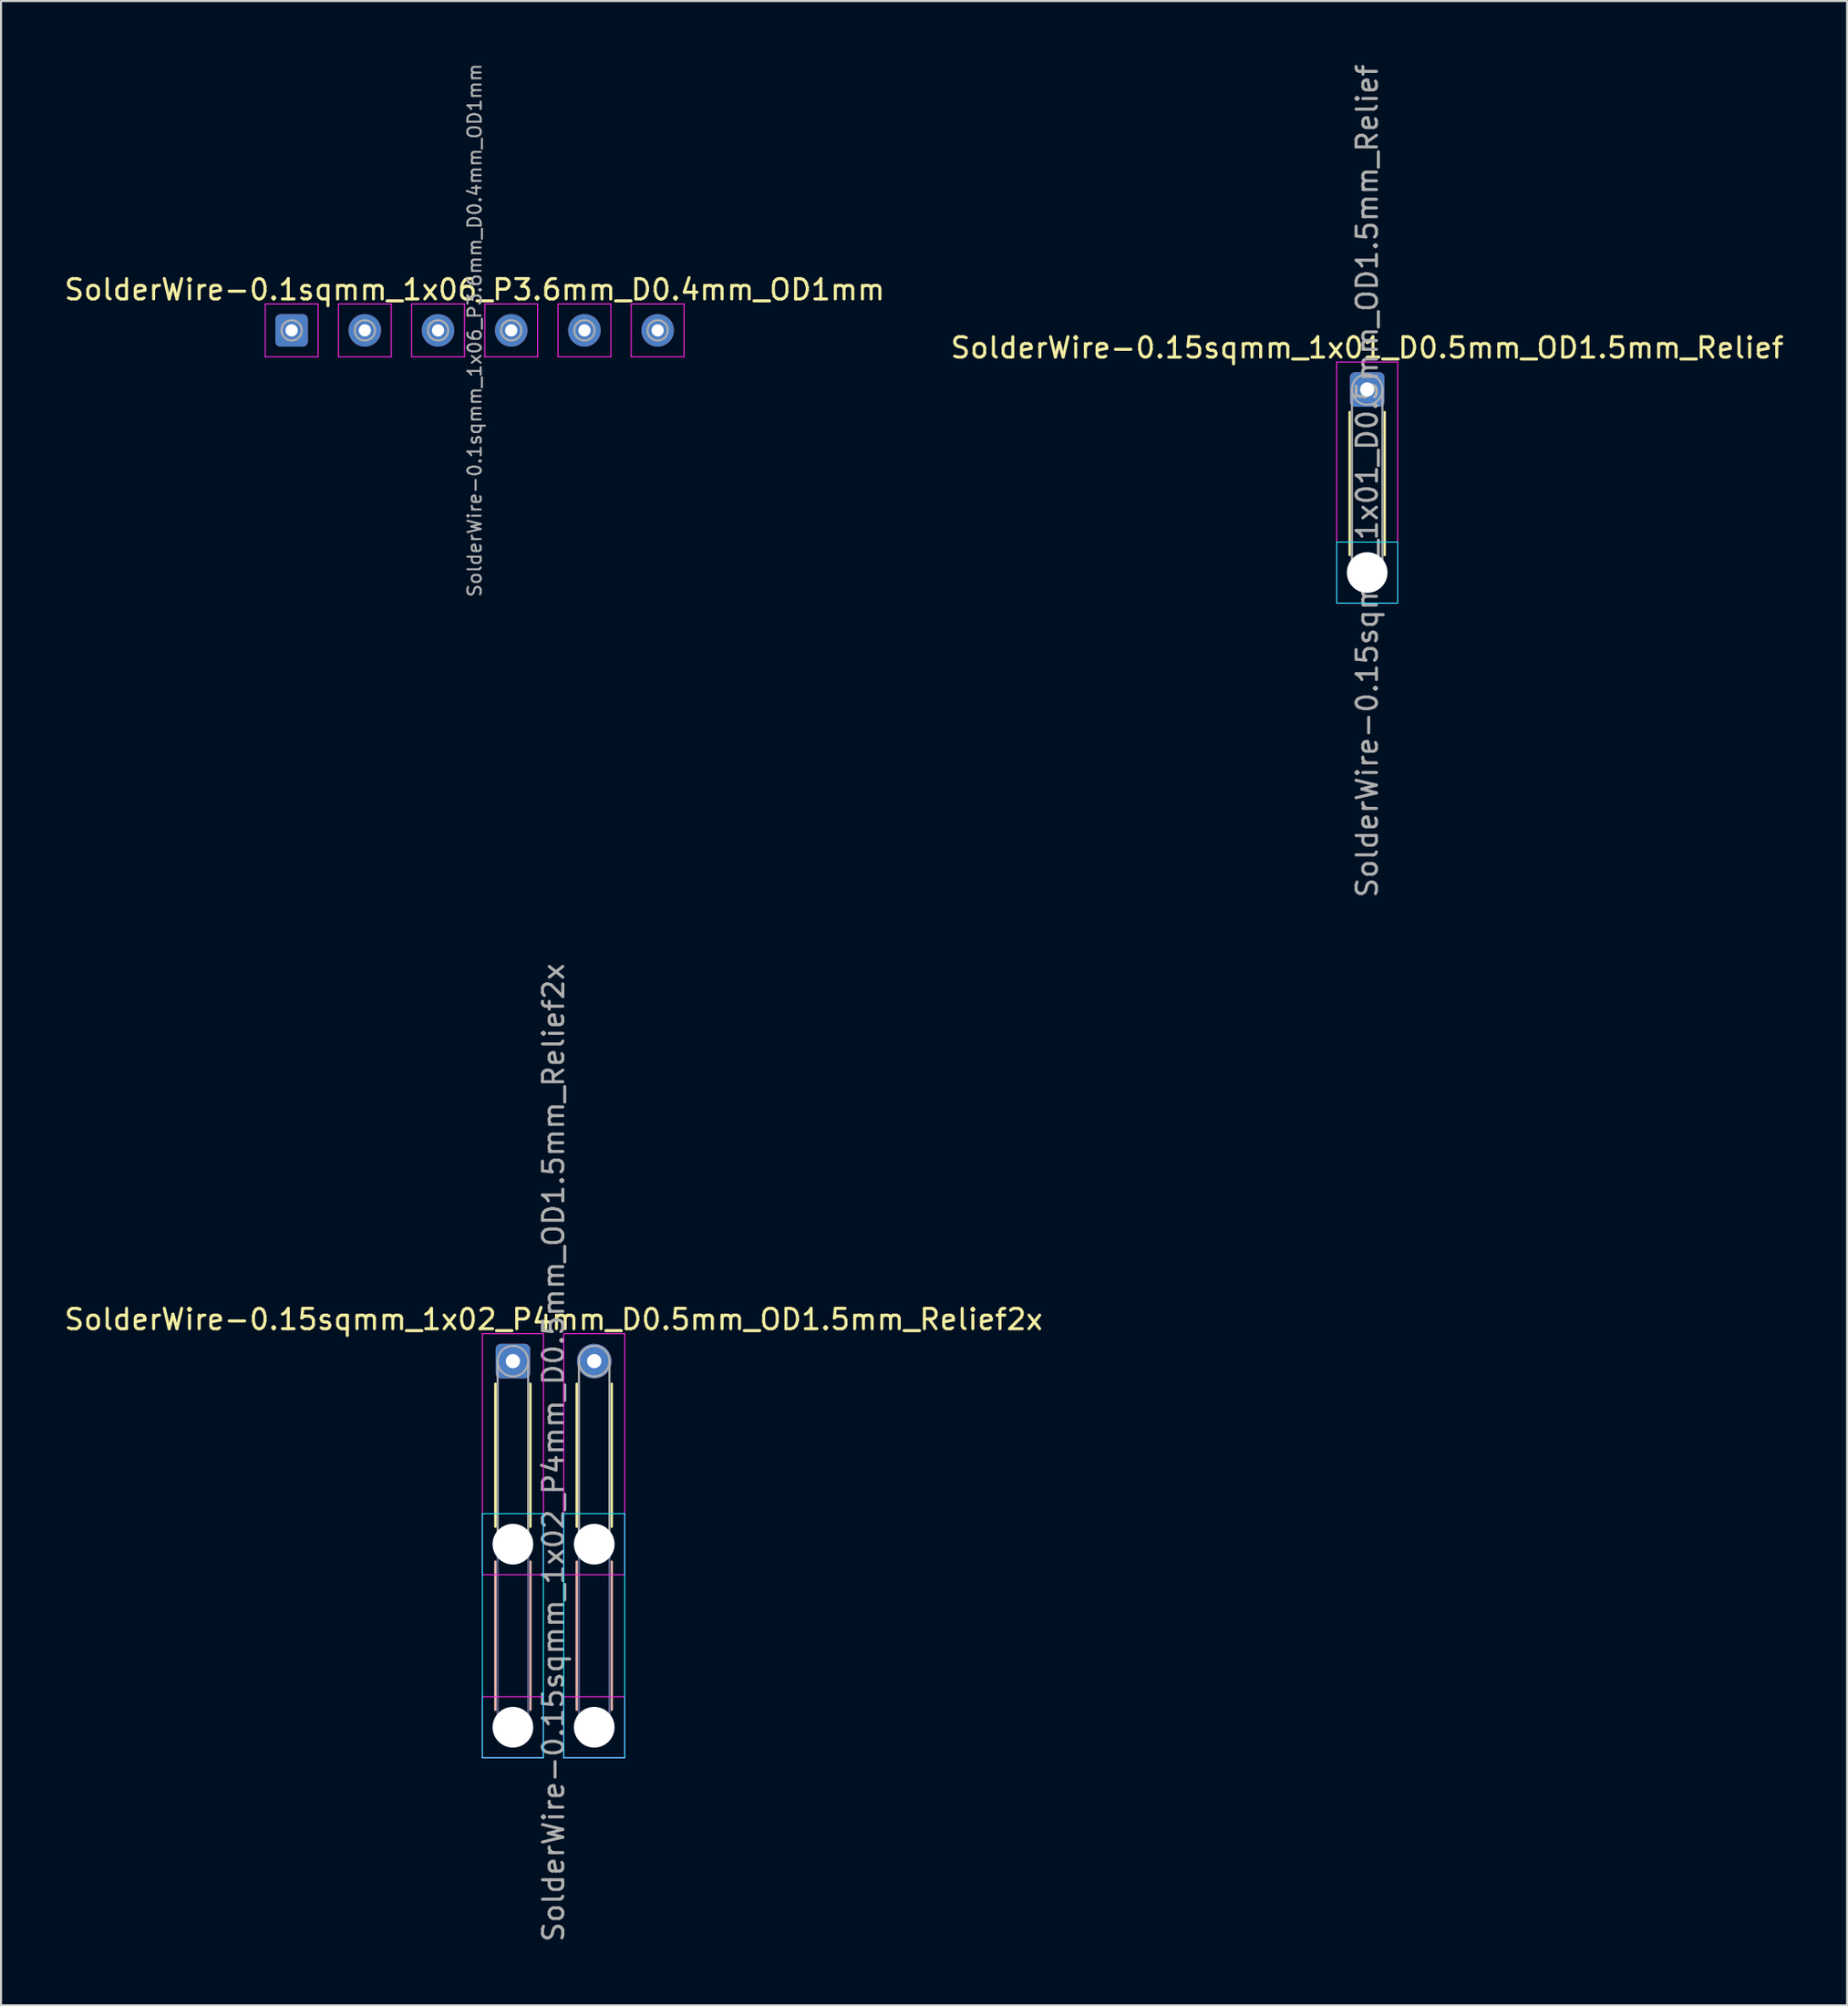
<source format=kicad_pcb>
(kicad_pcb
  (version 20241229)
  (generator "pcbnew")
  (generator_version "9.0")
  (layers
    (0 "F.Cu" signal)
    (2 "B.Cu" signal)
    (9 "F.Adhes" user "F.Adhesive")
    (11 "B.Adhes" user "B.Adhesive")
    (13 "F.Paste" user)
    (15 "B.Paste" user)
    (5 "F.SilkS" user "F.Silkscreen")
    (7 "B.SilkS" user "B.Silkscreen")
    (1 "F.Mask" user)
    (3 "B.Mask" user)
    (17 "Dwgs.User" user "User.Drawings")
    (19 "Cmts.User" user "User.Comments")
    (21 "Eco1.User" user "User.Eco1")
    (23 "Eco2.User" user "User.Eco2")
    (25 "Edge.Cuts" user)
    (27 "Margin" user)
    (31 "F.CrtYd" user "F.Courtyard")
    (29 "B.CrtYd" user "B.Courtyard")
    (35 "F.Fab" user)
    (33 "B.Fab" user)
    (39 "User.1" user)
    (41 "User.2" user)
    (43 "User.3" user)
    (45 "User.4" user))
  (footprint "SolderWire-0.15sqmm_1x01_D0.5mm_OD1.5mm_Relief"
    (layer "F.Cu")
    (at 64.185 16.101)
    (property "Reference" "SolderWire-0.15sqmm_1x01_D0.5mm_OD1.5mm_Relief" (at 0 -2.05 0) (layer "F.SilkS") (effects (font (size 1 1) (thickness 0.15))))
    (attr exclude_from_pos_files exclude_from_bom)
    (fp_line (start -0.86 1.11) (end -0.86 8.14) (stroke (width 0.12) (type solid)) (layer "F.SilkS"))
    (fp_line (start 0.86 1.11) (end 0.86 8.14) (stroke (width 0.12) (type solid)) (layer "F.SilkS"))
    (fp_line (start -1.5 7.5) (end -1.5 10.5) (stroke (width 0.05) (type solid)) (layer "B.CrtYd"))
    (fp_line (start -1.5 10.5) (end 1.5 10.5) (stroke (width 0.05) (type solid)) (layer "B.CrtYd"))
    (fp_line (start 1.5 7.5) (end -1.5 7.5) (stroke (width 0.05) (type solid)) (layer "B.CrtYd"))
    (fp_line (start 1.5 10.5) (end 1.5 7.5) (stroke (width 0.05) (type solid)) (layer "B.CrtYd"))
    (fp_line (start -1.5 -1.35) (end -1.5 10.5) (stroke (width 0.05) (type solid)) (layer "F.CrtYd"))
    (fp_line (start -1.5 10.5) (end 1.5 10.5) (stroke (width 0.05) (type solid)) (layer "F.CrtYd"))
    (fp_line (start 1.5 -1.35) (end -1.5 -1.35) (stroke (width 0.05) (type solid)) (layer "F.CrtYd"))
    (fp_line (start 1.5 10.5) (end 1.5 -1.35) (stroke (width 0.05) (type solid)) (layer "F.CrtYd"))
    (fp_line (start -0.75 0) (end -0.75 9) (stroke (width 0.1) (type solid)) (layer "F.Fab"))
    (fp_line (start 0.75 0) (end 0.75 9) (stroke (width 0.1) (type solid)) (layer "F.Fab"))
    (fp_circle (center 0 0) (end 0.75 0) (stroke (width 0.1) (type solid)) (fill no) (layer "F.Fab"))
    (fp_circle (center 0 9) (end 0.75 9) (stroke (width 0.1) (type solid)) (fill no) (layer "F.Fab"))
    (fp_text user "${REFERENCE}" (at 0 4.5 90) (layer "F.Fab") (effects (font (size 1 1) (thickness 0.15))))
    (pad "" np_thru_hole circle (at 0 9) (size 2 2) (drill 2) (layers "*.Cu" "*.Mask"))
    (pad "1" thru_hole roundrect (at 0 0) (size 1.7 1.7) (drill 0.7) (layers "*.Cu" "*.Mask") (roundrect_rratio 0.147)))
  (footprint "SolderWire-0.15sqmm_1x02_P4mm_D0.5mm_OD1.5mm_Relief2x"
    (layer "F.Cu")
    (at 22.173 63.875)
    (property "Reference" "SolderWire-0.15sqmm_1x02_P4mm_D0.5mm_OD1.5mm_Relief2x" (at 2 -2.05 0) (layer "F.SilkS") (effects (font (size 1 1) (thickness 0.15))))
    (attr exclude_from_pos_files exclude_from_bom)
    (fp_line (start -0.86 1.11) (end -0.86 8.14) (stroke (width 0.12) (type solid)) (layer "F.SilkS"))
    (fp_line (start 0.86 1.11) (end 0.86 8.14) (stroke (width 0.12) (type solid)) (layer "F.SilkS"))
    (fp_line (start 3.14 1.11) (end 3.14 8.14) (stroke (width 0.12) (type solid)) (layer "F.SilkS"))
    (fp_line (start 4.86 1.11) (end 4.86 8.14) (stroke (width 0.12) (type solid)) (layer "F.SilkS"))
    (fp_line (start -0.86 9.86) (end -0.86 17.14) (stroke (width 0.12) (type solid)) (layer "B.SilkS"))
    (fp_line (start 0.86 9.86) (end 0.86 17.14) (stroke (width 0.12) (type solid)) (layer "B.SilkS"))
    (fp_line (start 3.14 9.86) (end 3.14 17.14) (stroke (width 0.12) (type solid)) (layer "B.SilkS"))
    (fp_line (start 4.86 9.86) (end 4.86 17.14) (stroke (width 0.12) (type solid)) (layer "B.SilkS"))
    (fp_line (start -1.5 7.5) (end -1.5 19.5) (stroke (width 0.05) (type solid)) (layer "B.CrtYd"))
    (fp_line (start -1.5 19.5) (end 1.5 19.5) (stroke (width 0.05) (type solid)) (layer "B.CrtYd"))
    (fp_line (start 1.5 7.5) (end -1.5 7.5) (stroke (width 0.05) (type solid)) (layer "B.CrtYd"))
    (fp_line (start 1.5 19.5) (end 1.5 7.5) (stroke (width 0.05) (type solid)) (layer "B.CrtYd"))
    (fp_line (start 2.5 7.5) (end 2.5 19.5) (stroke (width 0.05) (type solid)) (layer "B.CrtYd"))
    (fp_line (start 2.5 19.5) (end 5.5 19.5) (stroke (width 0.05) (type solid)) (layer "B.CrtYd"))
    (fp_line (start 5.5 7.5) (end 2.5 7.5) (stroke (width 0.05) (type solid)) (layer "B.CrtYd"))
    (fp_line (start 5.5 19.5) (end 5.5 7.5) (stroke (width 0.05) (type solid)) (layer "B.CrtYd"))
    (fp_line (start -1.5 -1.35) (end -1.5 10.5) (stroke (width 0.05) (type solid)) (layer "F.CrtYd"))
    (fp_line (start -1.5 10.5) (end 1.5 10.5) (stroke (width 0.05) (type solid)) (layer "F.CrtYd"))
    (fp_line (start -1.5 16.5) (end -1.5 19.5) (stroke (width 0.05) (type solid)) (layer "F.CrtYd"))
    (fp_line (start -1.5 19.5) (end 1.5 19.5) (stroke (width 0.05) (type solid)) (layer "F.CrtYd"))
    (fp_line (start 1.5 -1.35) (end -1.5 -1.35) (stroke (width 0.05) (type solid)) (layer "F.CrtYd"))
    (fp_line (start 1.5 10.5) (end 1.5 -1.35) (stroke (width 0.05) (type solid)) (layer "F.CrtYd"))
    (fp_line (start 1.5 16.5) (end -1.5 16.5) (stroke (width 0.05) (type solid)) (layer "F.CrtYd"))
    (fp_line (start 1.5 19.5) (end 1.5 16.5) (stroke (width 0.05) (type solid)) (layer "F.CrtYd"))
    (fp_line (start 2.5 -1.35) (end 2.5 10.5) (stroke (width 0.05) (type solid)) (layer "F.CrtYd"))
    (fp_line (start 2.5 10.5) (end 5.5 10.5) (stroke (width 0.05) (type solid)) (layer "F.CrtYd"))
    (fp_line (start 2.5 16.5) (end 2.5 19.5) (stroke (width 0.05) (type solid)) (layer "F.CrtYd"))
    (fp_line (start 2.5 19.5) (end 5.5 19.5) (stroke (width 0.05) (type solid)) (layer "F.CrtYd"))
    (fp_line (start 5.5 -1.35) (end 2.5 -1.35) (stroke (width 0.05) (type solid)) (layer "F.CrtYd"))
    (fp_line (start 5.5 10.5) (end 5.5 -1.35) (stroke (width 0.05) (type solid)) (layer "F.CrtYd"))
    (fp_line (start 5.5 16.5) (end 2.5 16.5) (stroke (width 0.05) (type solid)) (layer "F.CrtYd"))
    (fp_line (start 5.5 19.5) (end 5.5 16.5) (stroke (width 0.05) (type solid)) (layer "F.CrtYd"))
    (fp_line (start -0.75 9) (end -0.75 18) (stroke (width 0.1) (type solid)) (layer "B.Fab"))
    (fp_line (start 0.75 9) (end 0.75 18) (stroke (width 0.1) (type solid)) (layer "B.Fab"))
    (fp_line (start 3.25 9) (end 3.25 18) (stroke (width 0.1) (type solid)) (layer "B.Fab"))
    (fp_line (start 4.75 9) (end 4.75 18) (stroke (width 0.1) (type solid)) (layer "B.Fab"))
    (fp_circle (center 0 9) (end 0.75 9) (stroke (width 0.1) (type solid)) (fill no) (layer "B.Fab"))
    (fp_circle (center 0 18) (end 0.75 18) (stroke (width 0.1) (type solid)) (fill no) (layer "B.Fab"))
    (fp_circle (center 4 9) (end 4.75 9) (stroke (width 0.1) (type solid)) (fill no) (layer "B.Fab"))
    (fp_circle (center 4 18) (end 4.75 18) (stroke (width 0.1) (type solid)) (fill no) (layer "B.Fab"))
    (fp_line (start -0.75 0) (end -0.75 9) (stroke (width 0.1) (type solid)) (layer "F.Fab"))
    (fp_line (start 0.75 0) (end 0.75 9) (stroke (width 0.1) (type solid)) (layer "F.Fab"))
    (fp_line (start 3.25 0) (end 3.25 9) (stroke (width 0.1) (type solid)) (layer "F.Fab"))
    (fp_line (start 4.75 0) (end 4.75 9) (stroke (width 0.1) (type solid)) (layer "F.Fab"))
    (fp_circle (center 0 0) (end 0.75 0) (stroke (width 0.1) (type solid)) (fill no) (layer "F.Fab"))
    (fp_circle (center 0 9) (end 0.75 9) (stroke (width 0.1) (type solid)) (fill no) (layer "F.Fab"))
    (fp_circle (center 0 18) (end 0.75 18) (stroke (width 0.1) (type solid)) (fill no) (layer "F.Fab"))
    (fp_circle (center 4 0) (end 4.75 0) (stroke (width 0.1) (type solid)) (fill no) (layer "F.Fab"))
    (fp_circle (center 4 9) (end 4.75 9) (stroke (width 0.1) (type solid)) (fill no) (layer "F.Fab"))
    (fp_circle (center 4 18) (end 4.75 18) (stroke (width 0.1) (type solid)) (fill no) (layer "F.Fab"))
    (fp_text user "${REFERENCE}" (at 2 4.5 90) (layer "F.Fab") (effects (font (size 1 1) (thickness 0.15))))
    (pad "" np_thru_hole circle (at 0 9) (size 2 2) (drill 2) (layers "*.Cu" "*.Mask"))
    (pad "" np_thru_hole circle (at 0 18) (size 2 2) (drill 2) (layers "*.Cu" "*.Mask"))
    (pad "" np_thru_hole circle (at 4 9) (size 2 2) (drill 2) (layers "*.Cu" "*.Mask"))
    (pad "" np_thru_hole circle (at 4 18) (size 2 2) (drill 2) (layers "*.Cu" "*.Mask"))
    (pad "1" thru_hole roundrect (at 0 0) (size 1.7 1.7) (drill 0.7) (layers "*.Cu" "*.Mask") (roundrect_rratio 0.147))
    (pad "2" thru_hole circle (at 4 0) (size 1.7 1.7) (drill 0.7) (layers "*.Cu" "*.Mask")))
  (footprint "SolderWire-0.1sqmm_1x06_P3.6mm_D0.4mm_OD1mm"
    (layer "F.Cu")
    (at 11.292 13.193)
    (property "Reference" "SolderWire-0.1sqmm_1x06_P3.6mm_D0.4mm_OD1mm" (at 9 -2 0) (layer "F.SilkS") (effects (font (size 1 1) (thickness 0.15))))
    (attr exclude_from_pos_files exclude_from_bom)
    (fp_line (start -1.3 -1.3) (end -1.3 1.3) (stroke (width 0.05) (type solid)) (layer "F.CrtYd"))
    (fp_line (start -1.3 1.3) (end 1.3 1.3) (stroke (width 0.05) (type solid)) (layer "F.CrtYd"))
    (fp_line (start 1.3 -1.3) (end -1.3 -1.3) (stroke (width 0.05) (type solid)) (layer "F.CrtYd"))
    (fp_line (start 1.3 1.3) (end 1.3 -1.3) (stroke (width 0.05) (type solid)) (layer "F.CrtYd"))
    (fp_line (start 2.3 -1.3) (end 2.3 1.3) (stroke (width 0.05) (type solid)) (layer "F.CrtYd"))
    (fp_line (start 2.3 1.3) (end 4.9 1.3) (stroke (width 0.05) (type solid)) (layer "F.CrtYd"))
    (fp_line (start 4.9 -1.3) (end 2.3 -1.3) (stroke (width 0.05) (type solid)) (layer "F.CrtYd"))
    (fp_line (start 4.9 1.3) (end 4.9 -1.3) (stroke (width 0.05) (type solid)) (layer "F.CrtYd"))
    (fp_line (start 5.9 -1.3) (end 5.9 1.3) (stroke (width 0.05) (type solid)) (layer "F.CrtYd"))
    (fp_line (start 5.9 1.3) (end 8.5 1.3) (stroke (width 0.05) (type solid)) (layer "F.CrtYd"))
    (fp_line (start 8.5 -1.3) (end 5.9 -1.3) (stroke (width 0.05) (type solid)) (layer "F.CrtYd"))
    (fp_line (start 8.5 1.3) (end 8.5 -1.3) (stroke (width 0.05) (type solid)) (layer "F.CrtYd"))
    (fp_line (start 9.5 -1.3) (end 9.5 1.3) (stroke (width 0.05) (type solid)) (layer "F.CrtYd"))
    (fp_line (start 9.5 1.3) (end 12.1 1.3) (stroke (width 0.05) (type solid)) (layer "F.CrtYd"))
    (fp_line (start 12.1 -1.3) (end 9.5 -1.3) (stroke (width 0.05) (type solid)) (layer "F.CrtYd"))
    (fp_line (start 12.1 1.3) (end 12.1 -1.3) (stroke (width 0.05) (type solid)) (layer "F.CrtYd"))
    (fp_line (start 13.1 -1.3) (end 13.1 1.3) (stroke (width 0.05) (type solid)) (layer "F.CrtYd"))
    (fp_line (start 13.1 1.3) (end 15.7 1.3) (stroke (width 0.05) (type solid)) (layer "F.CrtYd"))
    (fp_line (start 15.7 -1.3) (end 13.1 -1.3) (stroke (width 0.05) (type solid)) (layer "F.CrtYd"))
    (fp_line (start 15.7 1.3) (end 15.7 -1.3) (stroke (width 0.05) (type solid)) (layer "F.CrtYd"))
    (fp_line (start 16.7 -1.3) (end 16.7 1.3) (stroke (width 0.05) (type solid)) (layer "F.CrtYd"))
    (fp_line (start 16.7 1.3) (end 19.3 1.3) (stroke (width 0.05) (type solid)) (layer "F.CrtYd"))
    (fp_line (start 19.3 -1.3) (end 16.7 -1.3) (stroke (width 0.05) (type solid)) (layer "F.CrtYd"))
    (fp_line (start 19.3 1.3) (end 19.3 -1.3) (stroke (width 0.05) (type solid)) (layer "F.CrtYd"))
    (fp_circle (center 0 0) (end 0.5 0) (stroke (width 0.1) (type solid)) (fill no) (layer "F.Fab"))
    (fp_circle (center 3.6 0) (end 4.1 0) (stroke (width 0.1) (type solid)) (fill no) (layer "F.Fab"))
    (fp_circle (center 7.2 0) (end 7.7 0) (stroke (width 0.1) (type solid)) (fill no) (layer "F.Fab"))
    (fp_circle (center 10.8 0) (end 11.3 0) (stroke (width 0.1) (type solid)) (fill no) (layer "F.Fab"))
    (fp_circle (center 14.4 0) (end 14.9 0) (stroke (width 0.1) (type solid)) (fill no) (layer "F.Fab"))
    (fp_circle (center 18 0) (end 18.5 0) (stroke (width 0.1) (type solid)) (fill no) (layer "F.Fab"))
    (fp_text user "${REFERENCE}" (at 9 0 90) (layer "F.Fab") (effects (font (size 0.65 0.65) (thickness 0.1))))
    (pad "1" thru_hole roundrect (at 0 0) (size 1.6 1.6) (drill 0.6) (layers "*.Cu" "*.Mask") (roundrect_rratio 0.156))
    (pad "2" thru_hole circle (at 3.6 0) (size 1.6 1.6) (drill 0.6) (layers "*.Cu" "*.Mask"))
    (pad "3" thru_hole circle (at 7.2 0) (size 1.6 1.6) (drill 0.6) (layers "*.Cu" "*.Mask"))
    (pad "4" thru_hole circle (at 10.8 0) (size 1.6 1.6) (drill 0.6) (layers "*.Cu" "*.Mask"))
    (pad "5" thru_hole circle (at 14.4 0) (size 1.6 1.6) (drill 0.6) (layers "*.Cu" "*.Mask"))
    (pad "6" thru_hole circle (at 18 0) (size 1.6 1.6) (drill 0.6) (layers "*.Cu" "*.Mask")))
  (gr_rect
    (start -3 -3)
    (end 87.786 95.548)
    (stroke (width 0.1) (type default))
    (fill no)
    (layer "Edge.Cuts")))
</source>
